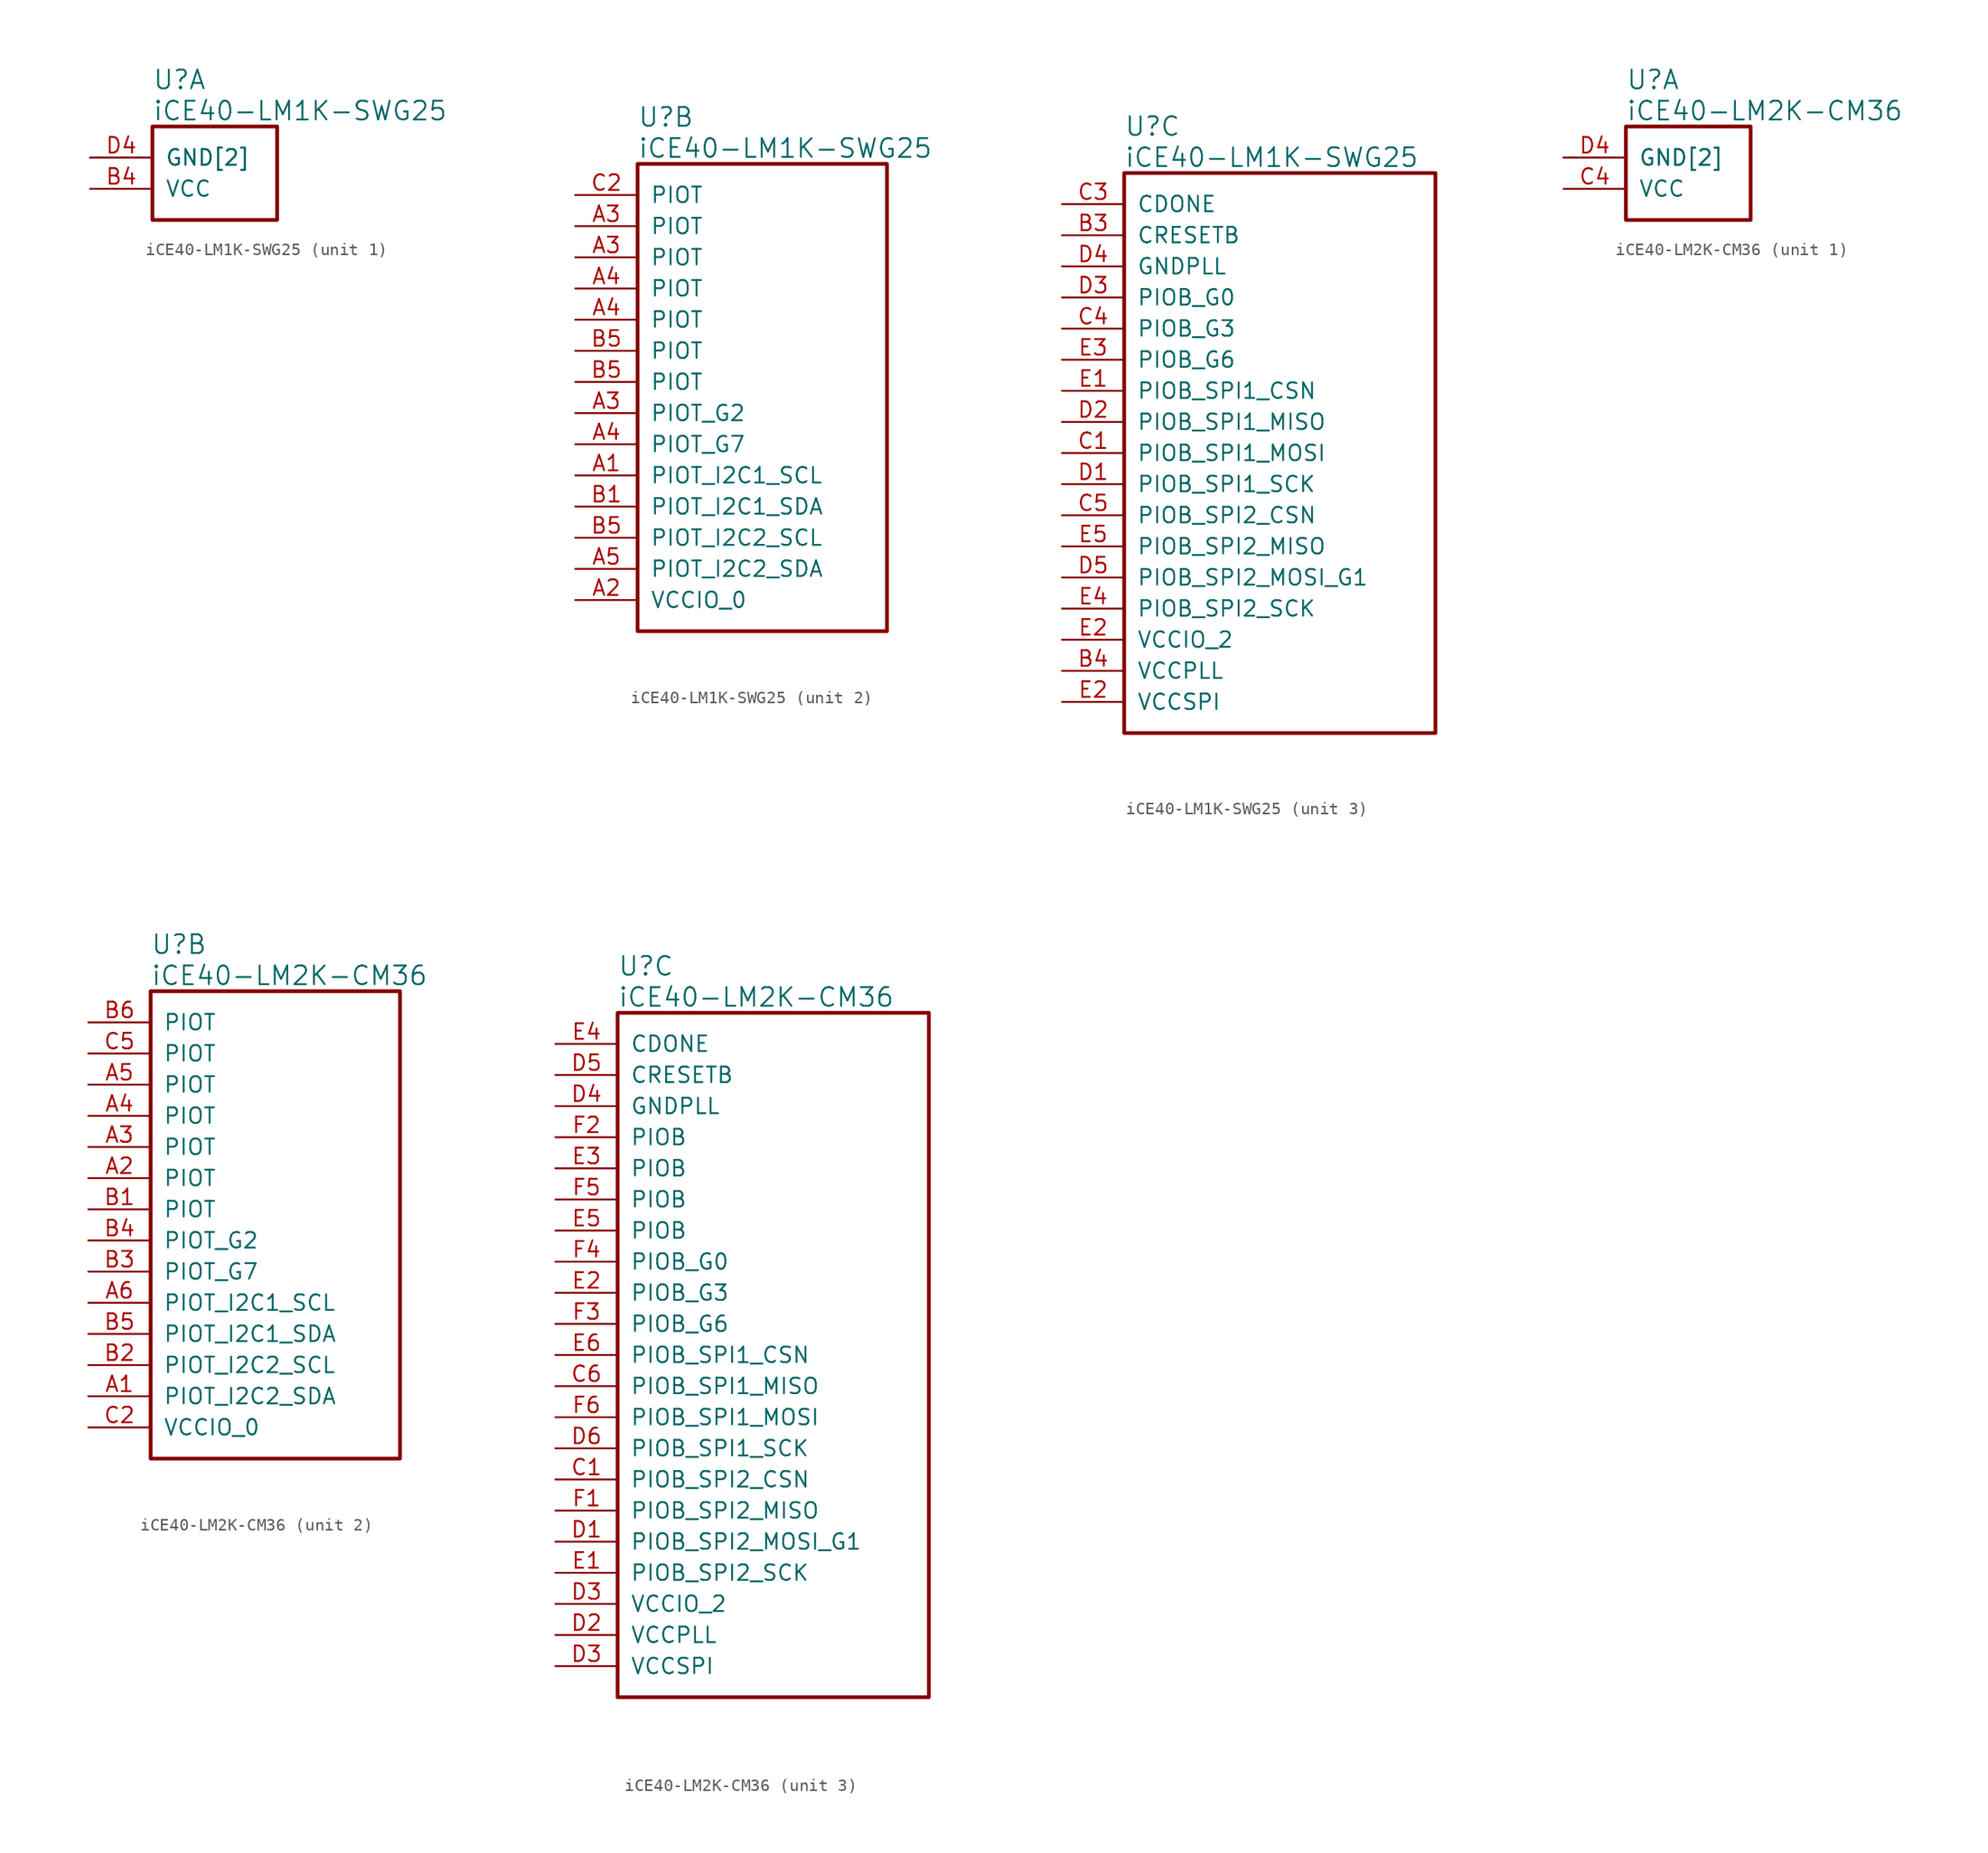
<source format=kicad_sym>
(kicad_symbol_lib
  (version 20241209)
  (generator "kicad_symbol_editor")
  (generator_version "9.0")
  (symbol "iCE40-LM1K-SWG25"
    (pin_names
      (offset 1.016))
    (property "Reference" "U"
      (at 5.08 6.35 0)
      (effects (font (size 1.524 1.524)) (justify left)))
    (property "Value" "iCE40-LM1K-SWG25"
      (at 5.08 3.81 0)
      (effects (font (size 1.524 1.524)) (justify left)))
    (property "ki_locked" ""
      (at 0 0 0)
      (effects (font (size 1.27 1.27))))
    (symbol "iCE40-LM1K-SWG25_1_1"
      (rectangle (start 5.08 2.54) (end 15.24 -5.08) (stroke (width 0.305) (type solid)) (fill (type none)))
      (pin power_in line (at 0 0 0) (length 5.08) (name "GND[2]" (effects (font (size 1.27 1.27)))) (number "B2" (effects (font (size 0 0)))))
      (pin power_in line (at 0 0 0) (length 5.08) (name "GND[2]" (effects (font (size 1.27 1.27)))) (number "D4" (effects (font (size 1.27 1.27)))))
      (pin power_in line (at 0 -2.54 0) (length 5.08) (name "VCC" (effects (font (size 1.27 1.27)))) (number "B4" (effects (font (size 1.27 1.27))))))
    (symbol "iCE40-LM1K-SWG25_2_1"
      (rectangle (start 5.08 2.54) (end 25.4 -35.56) (stroke (width 0.305) (type solid)) (fill (type none)))
      (pin bidirectional line (at 0 0 0) (length 5.08) (name "PIOT" (effects (font (size 1.27 1.27)))) (number "C2" (effects (font (size 1.27 1.27)))))
      (pin bidirectional line (at 0 -2.54 0) (length 5.08) (name "PIOT" (effects (font (size 1.27 1.27)))) (number "A3" (effects (font (size 1.27 1.27)))))
      (pin bidirectional line (at 0 -5.08 0) (length 5.08) (name "PIOT" (effects (font (size 1.27 1.27)))) (number "A3" (effects (font (size 1.27 1.27)))))
      (pin bidirectional line (at 0 -7.62 0) (length 5.08) (name "PIOT" (effects (font (size 1.27 1.27)))) (number "A4" (effects (font (size 1.27 1.27)))))
      (pin bidirectional line (at 0 -10.16 0) (length 5.08) (name "PIOT" (effects (font (size 1.27 1.27)))) (number "A4" (effects (font (size 1.27 1.27)))))
      (pin bidirectional line (at 0 -12.7 0) (length 5.08) (name "PIOT" (effects (font (size 1.27 1.27)))) (number "B5" (effects (font (size 1.27 1.27)))))
      (pin bidirectional line (at 0 -15.24 0) (length 5.08) (name "PIOT" (effects (font (size 1.27 1.27)))) (number "B5" (effects (font (size 1.27 1.27)))))
      (pin bidirectional line (at 0 -17.78 0) (length 5.08) (name "PIOT_G2" (effects (font (size 1.27 1.27)))) (number "A3" (effects (font (size 1.27 1.27)))))
      (pin bidirectional line (at 0 -20.32 0) (length 5.08) (name "PIOT_G7" (effects (font (size 1.27 1.27)))) (number "A4" (effects (font (size 1.27 1.27)))))
      (pin bidirectional line (at 0 -22.86 0) (length 5.08) (name "PIOT_I2C1_SCL" (effects (font (size 1.27 1.27)))) (number "A1" (effects (font (size 1.27 1.27)))))
      (pin bidirectional line (at 0 -25.4 0) (length 5.08) (name "PIOT_I2C1_SDA" (effects (font (size 1.27 1.27)))) (number "B1" (effects (font (size 1.27 1.27)))))
      (pin bidirectional line (at 0 -27.94 0) (length 5.08) (name "PIOT_I2C2_SCL" (effects (font (size 1.27 1.27)))) (number "B5" (effects (font (size 1.27 1.27)))))
      (pin bidirectional line (at 0 -30.48 0) (length 5.08) (name "PIOT_I2C2_SDA" (effects (font (size 1.27 1.27)))) (number "A5" (effects (font (size 1.27 1.27)))))
      (pin power_in line (at 0 -33.02 0) (length 5.08) (name "VCCIO_0" (effects (font (size 1.27 1.27)))) (number "A2" (effects (font (size 1.27 1.27))))))
    (symbol "iCE40-LM1K-SWG25_3_1"
      (rectangle (start 5.08 2.54) (end 30.48 -43.18) (stroke (width 0.305) (type solid)) (fill (type none)))
      (pin output line (at 0 0 0) (length 5.08) (name "CDONE" (effects (font (size 1.27 1.27)))) (number "C3" (effects (font (size 1.27 1.27)))))
      (pin input line (at 0 -2.54 0) (length 5.08) (name "CRESETB" (effects (font (size 1.27 1.27)))) (number "B3" (effects (font (size 1.27 1.27)))))
      (pin power_in line (at 0 -5.08 0) (length 5.08) (name "GNDPLL" (effects (font (size 1.27 1.27)))) (number "D4" (effects (font (size 1.27 1.27)))))
      (pin bidirectional line (at 0 -7.62 0) (length 5.08) (name "PIOB_G0" (effects (font (size 1.27 1.27)))) (number "D3" (effects (font (size 1.27 1.27)))))
      (pin bidirectional line (at 0 -10.16 0) (length 5.08) (name "PIOB_G3" (effects (font (size 1.27 1.27)))) (number "C4" (effects (font (size 1.27 1.27)))))
      (pin bidirectional line (at 0 -12.7 0) (length 5.08) (name "PIOB_G6" (effects (font (size 1.27 1.27)))) (number "E3" (effects (font (size 1.27 1.27)))))
      (pin bidirectional line (at 0 -15.24 0) (length 5.08) (name "PIOB_SPI1_CSN" (effects (font (size 1.27 1.27)))) (number "E1" (effects (font (size 1.27 1.27)))))
      (pin bidirectional line (at 0 -17.78 0) (length 5.08) (name "PIOB_SPI1_MISO" (effects (font (size 1.27 1.27)))) (number "D2" (effects (font (size 1.27 1.27)))))
      (pin bidirectional line (at 0 -20.32 0) (length 5.08) (name "PIOB_SPI1_MOSI" (effects (font (size 1.27 1.27)))) (number "C1" (effects (font (size 1.27 1.27)))))
      (pin bidirectional line (at 0 -22.86 0) (length 5.08) (name "PIOB_SPI1_SCK" (effects (font (size 1.27 1.27)))) (number "D1" (effects (font (size 1.27 1.27)))))
      (pin bidirectional line (at 0 -25.4 0) (length 5.08) (name "PIOB_SPI2_CSN" (effects (font (size 1.27 1.27)))) (number "C5" (effects (font (size 1.27 1.27)))))
      (pin bidirectional line (at 0 -27.94 0) (length 5.08) (name "PIOB_SPI2_MISO" (effects (font (size 1.27 1.27)))) (number "E5" (effects (font (size 1.27 1.27)))))
      (pin bidirectional line (at 0 -30.48 0) (length 5.08) (name "PIOB_SPI2_MOSI_G1" (effects (font (size 1.27 1.27)))) (number "D5" (effects (font (size 1.27 1.27)))))
      (pin bidirectional line (at 0 -33.02 0) (length 5.08) (name "PIOB_SPI2_SCK" (effects (font (size 1.27 1.27)))) (number "E4" (effects (font (size 1.27 1.27)))))
      (pin power_in line (at 0 -35.56 0) (length 5.08) (name "VCCIO_2" (effects (font (size 1.27 1.27)))) (number "E2" (effects (font (size 1.27 1.27)))))
      (pin power_in line (at 0 -38.1 0) (length 5.08) (name "VCCPLL" (effects (font (size 1.27 1.27)))) (number "B4" (effects (font (size 1.27 1.27)))))
      (pin power_in line (at 0 -40.64 0) (length 5.08) (name "VCCSPI" (effects (font (size 1.27 1.27)))) (number "E2" (effects (font (size 1.27 1.27)))))))
  (symbol "iCE40-LM2K-CM36"
    (pin_names
      (offset 1.016))
    (property "Reference" "U"
      (at 5.08 6.35 0)
      (effects (font (size 1.524 1.524)) (justify left)))
    (property "Value" "iCE40-LM2K-CM36"
      (at 5.08 3.81 0)
      (effects (font (size 1.524 1.524)) (justify left)))
    (property "ki_locked" ""
      (at 0 0 0)
      (effects (font (size 1.27 1.27))))
    (symbol "iCE40-LM2K-CM36_1_1"
      (rectangle (start 5.08 2.54) (end 15.24 -5.08) (stroke (width 0.305) (type solid)) (fill (type none)))
      (pin power_in line (at 0 0 0) (length 5.08) (name "GND[2]" (effects (font (size 1.27 1.27)))) (number "C3" (effects (font (size 0 0)))))
      (pin power_in line (at 0 0 0) (length 5.08) (name "GND[2]" (effects (font (size 1.27 1.27)))) (number "D4" (effects (font (size 1.27 1.27)))))
      (pin power_in line (at 0 -2.54 0) (length 5.08) (name "VCC" (effects (font (size 1.27 1.27)))) (number "C4" (effects (font (size 1.27 1.27))))))
    (symbol "iCE40-LM2K-CM36_2_1"
      (rectangle (start 5.08 2.54) (end 25.4 -35.56) (stroke (width 0.305) (type solid)) (fill (type none)))
      (pin bidirectional line (at 0 0 0) (length 5.08) (name "PIOT" (effects (font (size 1.27 1.27)))) (number "B6" (effects (font (size 1.27 1.27)))))
      (pin bidirectional line (at 0 -2.54 0) (length 5.08) (name "PIOT" (effects (font (size 1.27 1.27)))) (number "C5" (effects (font (size 1.27 1.27)))))
      (pin bidirectional line (at 0 -5.08 0) (length 5.08) (name "PIOT" (effects (font (size 1.27 1.27)))) (number "A5" (effects (font (size 1.27 1.27)))))
      (pin bidirectional line (at 0 -7.62 0) (length 5.08) (name "PIOT" (effects (font (size 1.27 1.27)))) (number "A4" (effects (font (size 1.27 1.27)))))
      (pin bidirectional line (at 0 -10.16 0) (length 5.08) (name "PIOT" (effects (font (size 1.27 1.27)))) (number "A3" (effects (font (size 1.27 1.27)))))
      (pin bidirectional line (at 0 -12.7 0) (length 5.08) (name "PIOT" (effects (font (size 1.27 1.27)))) (number "A2" (effects (font (size 1.27 1.27)))))
      (pin bidirectional line (at 0 -15.24 0) (length 5.08) (name "PIOT" (effects (font (size 1.27 1.27)))) (number "B1" (effects (font (size 1.27 1.27)))))
      (pin bidirectional line (at 0 -17.78 0) (length 5.08) (name "PIOT_G2" (effects (font (size 1.27 1.27)))) (number "B4" (effects (font (size 1.27 1.27)))))
      (pin bidirectional line (at 0 -20.32 0) (length 5.08) (name "PIOT_G7" (effects (font (size 1.27 1.27)))) (number "B3" (effects (font (size 1.27 1.27)))))
      (pin bidirectional line (at 0 -22.86 0) (length 5.08) (name "PIOT_I2C1_SCL" (effects (font (size 1.27 1.27)))) (number "A6" (effects (font (size 1.27 1.27)))))
      (pin bidirectional line (at 0 -25.4 0) (length 5.08) (name "PIOT_I2C1_SDA" (effects (font (size 1.27 1.27)))) (number "B5" (effects (font (size 1.27 1.27)))))
      (pin bidirectional line (at 0 -27.94 0) (length 5.08) (name "PIOT_I2C2_SCL" (effects (font (size 1.27 1.27)))) (number "B2" (effects (font (size 1.27 1.27)))))
      (pin bidirectional line (at 0 -30.48 0) (length 5.08) (name "PIOT_I2C2_SDA" (effects (font (size 1.27 1.27)))) (number "A1" (effects (font (size 1.27 1.27)))))
      (pin power_in line (at 0 -33.02 0) (length 5.08) (name "VCCIO_0" (effects (font (size 1.27 1.27)))) (number "C2" (effects (font (size 1.27 1.27))))))
    (symbol "iCE40-LM2K-CM36_3_1"
      (rectangle (start 5.08 2.54) (end 30.48 -53.34) (stroke (width 0.305) (type solid)) (fill (type none)))
      (pin output line (at 0 0 0) (length 5.08) (name "CDONE" (effects (font (size 1.27 1.27)))) (number "E4" (effects (font (size 1.27 1.27)))))
      (pin input line (at 0 -2.54 0) (length 5.08) (name "CRESETB" (effects (font (size 1.27 1.27)))) (number "D5" (effects (font (size 1.27 1.27)))))
      (pin power_in line (at 0 -5.08 0) (length 5.08) (name "GNDPLL" (effects (font (size 1.27 1.27)))) (number "D4" (effects (font (size 1.27 1.27)))))
      (pin bidirectional line (at 0 -7.62 0) (length 5.08) (name "PIOB" (effects (font (size 1.27 1.27)))) (number "F2" (effects (font (size 1.27 1.27)))))
      (pin bidirectional line (at 0 -10.16 0) (length 5.08) (name "PIOB" (effects (font (size 1.27 1.27)))) (number "E3" (effects (font (size 1.27 1.27)))))
      (pin bidirectional line (at 0 -12.7 0) (length 5.08) (name "PIOB" (effects (font (size 1.27 1.27)))) (number "F5" (effects (font (size 1.27 1.27)))))
      (pin bidirectional line (at 0 -15.24 0) (length 5.08) (name "PIOB" (effects (font (size 1.27 1.27)))) (number "E5" (effects (font (size 1.27 1.27)))))
      (pin bidirectional line (at 0 -17.78 0) (length 5.08) (name "PIOB_G0" (effects (font (size 1.27 1.27)))) (number "F4" (effects (font (size 1.27 1.27)))))
      (pin bidirectional line (at 0 -20.32 0) (length 5.08) (name "PIOB_G3" (effects (font (size 1.27 1.27)))) (number "E2" (effects (font (size 1.27 1.27)))))
      (pin bidirectional line (at 0 -22.86 0) (length 5.08) (name "PIOB_G6" (effects (font (size 1.27 1.27)))) (number "F3" (effects (font (size 1.27 1.27)))))
      (pin bidirectional line (at 0 -25.4 0) (length 5.08) (name "PIOB_SPI1_CSN" (effects (font (size 1.27 1.27)))) (number "E6" (effects (font (size 1.27 1.27)))))
      (pin bidirectional line (at 0 -27.94 0) (length 5.08) (name "PIOB_SPI1_MISO" (effects (font (size 1.27 1.27)))) (number "C6" (effects (font (size 1.27 1.27)))))
      (pin bidirectional line (at 0 -30.48 0) (length 5.08) (name "PIOB_SPI1_MOSI" (effects (font (size 1.27 1.27)))) (number "F6" (effects (font (size 1.27 1.27)))))
      (pin bidirectional line (at 0 -33.02 0) (length 5.08) (name "PIOB_SPI1_SCK" (effects (font (size 1.27 1.27)))) (number "D6" (effects (font (size 1.27 1.27)))))
      (pin bidirectional line (at 0 -35.56 0) (length 5.08) (name "PIOB_SPI2_CSN" (effects (font (size 1.27 1.27)))) (number "C1" (effects (font (size 1.27 1.27)))))
      (pin bidirectional line (at 0 -38.1 0) (length 5.08) (name "PIOB_SPI2_MISO" (effects (font (size 1.27 1.27)))) (number "F1" (effects (font (size 1.27 1.27)))))
      (pin bidirectional line (at 0 -40.64 0) (length 5.08) (name "PIOB_SPI2_MOSI_G1" (effects (font (size 1.27 1.27)))) (number "D1" (effects (font (size 1.27 1.27)))))
      (pin bidirectional line (at 0 -43.18 0) (length 5.08) (name "PIOB_SPI2_SCK" (effects (font (size 1.27 1.27)))) (number "E1" (effects (font (size 1.27 1.27)))))
      (pin power_in line (at 0 -45.72 0) (length 5.08) (name "VCCIO_2" (effects (font (size 1.27 1.27)))) (number "D3" (effects (font (size 1.27 1.27)))))
      (pin power_in line (at 0 -48.26 0) (length 5.08) (name "VCCPLL" (effects (font (size 1.27 1.27)))) (number "D2" (effects (font (size 1.27 1.27)))))
      (pin power_in line (at 0 -50.8 0) (length 5.08) (name "VCCSPI" (effects (font (size 1.27 1.27)))) (number "D3" (effects (font (size 1.27 1.27))))))))
</source>
